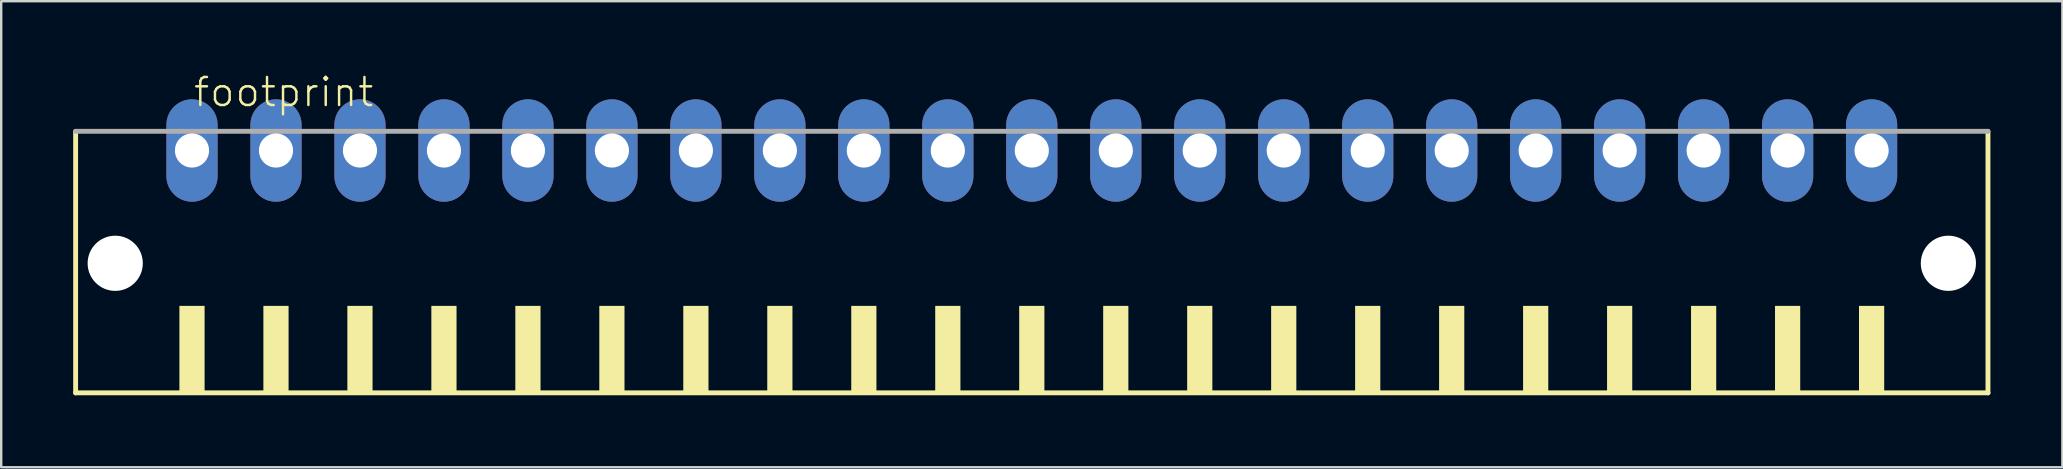
<source format=kicad_pcb>
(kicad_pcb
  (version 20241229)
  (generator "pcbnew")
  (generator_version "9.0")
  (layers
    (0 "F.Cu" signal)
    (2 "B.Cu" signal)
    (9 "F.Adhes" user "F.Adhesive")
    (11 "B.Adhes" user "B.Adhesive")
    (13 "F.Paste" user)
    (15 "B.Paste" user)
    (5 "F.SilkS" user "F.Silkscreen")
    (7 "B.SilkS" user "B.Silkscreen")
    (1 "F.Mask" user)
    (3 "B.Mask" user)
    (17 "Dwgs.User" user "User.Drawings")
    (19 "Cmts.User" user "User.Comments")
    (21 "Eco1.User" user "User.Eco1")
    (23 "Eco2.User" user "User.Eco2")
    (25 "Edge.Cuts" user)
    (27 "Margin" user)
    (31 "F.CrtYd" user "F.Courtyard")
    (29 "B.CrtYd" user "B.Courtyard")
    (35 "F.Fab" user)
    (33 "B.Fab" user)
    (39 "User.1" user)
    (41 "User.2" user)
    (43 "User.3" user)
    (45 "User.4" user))
  (footprint "footprint"
    (layer "F.Cu")
    (at 39.952 8.473)
    (property "Reference" "footprint" (at -35 -7 0) (layer "F.SilkS") (effects (font (size 1.168 1.168) (thickness 0.102)) (justify left bottom)))
    (fp_line (start -39.85 -6.05) (end -39.85 4.85) (stroke (width 0.203) (type solid)) (layer "F.SilkS"))
    (fp_line (start -39.85 4.85) (end 39.85 4.85) (stroke (width 0.203) (type solid)) (layer "F.SilkS"))
    (fp_line (start 39.85 4.85) (end 39.85 -6.05) (stroke (width 0.203) (type solid)) (layer "F.SilkS"))
    (fp_poly (pts (xy -35.525 4.9) (xy -34.475 4.9) (xy -34.475 1.225) (xy -35.525 1.225)) (stroke (width 0) (type solid)) (fill yes) (layer "F.SilkS"))
    (fp_poly (pts (xy -32.025 4.9) (xy -30.975 4.9) (xy -30.975 1.225) (xy -32.025 1.225)) (stroke (width 0) (type solid)) (fill yes) (layer "F.SilkS"))
    (fp_poly (pts (xy -28.525 4.9) (xy -27.475 4.9) (xy -27.475 1.225) (xy -28.525 1.225)) (stroke (width 0) (type solid)) (fill yes) (layer "F.SilkS"))
    (fp_poly (pts (xy -25.025 4.9) (xy -23.975 4.9) (xy -23.975 1.225) (xy -25.025 1.225)) (stroke (width 0) (type solid)) (fill yes) (layer "F.SilkS"))
    (fp_poly (pts (xy -21.525 4.9) (xy -20.475 4.9) (xy -20.475 1.225) (xy -21.525 1.225)) (stroke (width 0) (type solid)) (fill yes) (layer "F.SilkS"))
    (fp_poly (pts (xy -18.025 4.9) (xy -16.975 4.9) (xy -16.975 1.225) (xy -18.025 1.225)) (stroke (width 0) (type solid)) (fill yes) (layer "F.SilkS"))
    (fp_poly (pts (xy -14.525 4.9) (xy -13.475 4.9) (xy -13.475 1.225) (xy -14.525 1.225)) (stroke (width 0) (type solid)) (fill yes) (layer "F.SilkS"))
    (fp_poly (pts (xy -11.025 4.9) (xy -9.975 4.9) (xy -9.975 1.225) (xy -11.025 1.225)) (stroke (width 0) (type solid)) (fill yes) (layer "F.SilkS"))
    (fp_poly (pts (xy -7.525 4.9) (xy -6.475 4.9) (xy -6.475 1.225) (xy -7.525 1.225)) (stroke (width 0) (type solid)) (fill yes) (layer "F.SilkS"))
    (fp_poly (pts (xy -4.025 4.9) (xy -2.975 4.9) (xy -2.975 1.225) (xy -4.025 1.225)) (stroke (width 0) (type solid)) (fill yes) (layer "F.SilkS"))
    (fp_poly (pts (xy -0.525 4.9) (xy 0.525 4.9) (xy 0.525 1.225) (xy -0.525 1.225)) (stroke (width 0) (type solid)) (fill yes) (layer "F.SilkS"))
    (fp_poly (pts (xy 2.975 4.9) (xy 4.025 4.9) (xy 4.025 1.225) (xy 2.975 1.225)) (stroke (width 0) (type solid)) (fill yes) (layer "F.SilkS"))
    (fp_poly (pts (xy 6.475 4.9) (xy 7.525 4.9) (xy 7.525 1.225) (xy 6.475 1.225)) (stroke (width 0) (type solid)) (fill yes) (layer "F.SilkS"))
    (fp_poly (pts (xy 9.975 4.9) (xy 11.025 4.9) (xy 11.025 1.225) (xy 9.975 1.225)) (stroke (width 0) (type solid)) (fill yes) (layer "F.SilkS"))
    (fp_poly (pts (xy 13.475 4.9) (xy 14.525 4.9) (xy 14.525 1.225) (xy 13.475 1.225)) (stroke (width 0) (type solid)) (fill yes) (layer "F.SilkS"))
    (fp_poly (pts (xy 16.975 4.9) (xy 18.025 4.9) (xy 18.025 1.225) (xy 16.975 1.225)) (stroke (width 0) (type solid)) (fill yes) (layer "F.SilkS"))
    (fp_poly (pts (xy 20.475 4.9) (xy 21.525 4.9) (xy 21.525 1.225) (xy 20.475 1.225)) (stroke (width 0) (type solid)) (fill yes) (layer "F.SilkS"))
    (fp_poly (pts (xy 23.975 4.9) (xy 25.025 4.9) (xy 25.025 1.225) (xy 23.975 1.225)) (stroke (width 0) (type solid)) (fill yes) (layer "F.SilkS"))
    (fp_poly (pts (xy 27.475 4.9) (xy 28.525 4.9) (xy 28.525 1.225) (xy 27.475 1.225)) (stroke (width 0) (type solid)) (fill yes) (layer "F.SilkS"))
    (fp_poly (pts (xy 30.975 4.9) (xy 32.025 4.9) (xy 32.025 1.225) (xy 30.975 1.225)) (stroke (width 0) (type solid)) (fill yes) (layer "F.SilkS"))
    (fp_poly (pts (xy 34.475 4.9) (xy 35.525 4.9) (xy 35.525 1.225) (xy 34.475 1.225)) (stroke (width 0) (type solid)) (fill yes) (layer "F.SilkS"))
    (fp_line (start 39.85 -6.05) (end -39.85 -6.05) (stroke (width 0.203) (type solid)) (layer "F.Fab"))
    (pad "" np_thru_hole circle (at -38.2 -0.55) (size 2.3 2.3) (drill 2.3) (layers "*.Cu" "*.Mask"))
    (pad "" np_thru_hole circle (at 38.2 -0.55) (size 2.3 2.3) (drill 2.3) (layers "*.Cu" "*.Mask"))
    (pad "1" thru_hole oval (at -35 -5.25 90) (size 4.267 2.134) (drill 1.422) (layers "*.Cu" "*.Mask"))
    (pad "2" thru_hole oval (at -31.5 -5.25 90) (size 4.267 2.134) (drill 1.422) (layers "*.Cu" "*.Mask"))
    (pad "3" thru_hole oval (at -28 -5.25 90) (size 4.267 2.134) (drill 1.422) (layers "*.Cu" "*.Mask"))
    (pad "4" thru_hole oval (at -24.5 -5.25 90) (size 4.267 2.134) (drill 1.422) (layers "*.Cu" "*.Mask"))
    (pad "5" thru_hole oval (at -21 -5.25 90) (size 4.267 2.134) (drill 1.422) (layers "*.Cu" "*.Mask"))
    (pad "6" thru_hole oval (at -17.5 -5.25 90) (size 4.267 2.134) (drill 1.422) (layers "*.Cu" "*.Mask"))
    (pad "7" thru_hole oval (at -14 -5.25 90) (size 4.267 2.134) (drill 1.422) (layers "*.Cu" "*.Mask"))
    (pad "8" thru_hole oval (at -10.5 -5.25 90) (size 4.267 2.134) (drill 1.422) (layers "*.Cu" "*.Mask"))
    (pad "9" thru_hole oval (at -7 -5.25 90) (size 4.267 2.134) (drill 1.422) (layers "*.Cu" "*.Mask"))
    (pad "10" thru_hole oval (at -3.5 -5.25 90) (size 4.267 2.134) (drill 1.422) (layers "*.Cu" "*.Mask"))
    (pad "11" thru_hole oval (at 0 -5.25 90) (size 4.267 2.134) (drill 1.422) (layers "*.Cu" "*.Mask"))
    (pad "12" thru_hole oval (at 3.5 -5.25 90) (size 4.267 2.134) (drill 1.422) (layers "*.Cu" "*.Mask"))
    (pad "13" thru_hole oval (at 7 -5.25 90) (size 4.267 2.134) (drill 1.422) (layers "*.Cu" "*.Mask"))
    (pad "14" thru_hole oval (at 10.5 -5.25 90) (size 4.267 2.134) (drill 1.422) (layers "*.Cu" "*.Mask"))
    (pad "15" thru_hole oval (at 14 -5.25 90) (size 4.267 2.134) (drill 1.422) (layers "*.Cu" "*.Mask"))
    (pad "16" thru_hole oval (at 17.5 -5.25 90) (size 4.267 2.134) (drill 1.422) (layers "*.Cu" "*.Mask"))
    (pad "17" thru_hole oval (at 21 -5.25 90) (size 4.267 2.134) (drill 1.422) (layers "*.Cu" "*.Mask"))
    (pad "18" thru_hole oval (at 24.5 -5.25 90) (size 4.267 2.134) (drill 1.422) (layers "*.Cu" "*.Mask"))
    (pad "19" thru_hole oval (at 28 -5.25 90) (size 4.267 2.134) (drill 1.422) (layers "*.Cu" "*.Mask"))
    (pad "20" thru_hole oval (at 31.5 -5.25 90) (size 4.267 2.134) (drill 1.422) (layers "*.Cu" "*.Mask"))
    (pad "21" thru_hole oval (at 35 -5.25 90) (size 4.267 2.134) (drill 1.422) (layers "*.Cu" "*.Mask")))
  (gr_rect
    (start -3 -3)
    (end 82.903 16.425)
    (stroke (width 0.1) (type default))
    (fill no)
    (layer "Edge.Cuts")))
</source>
